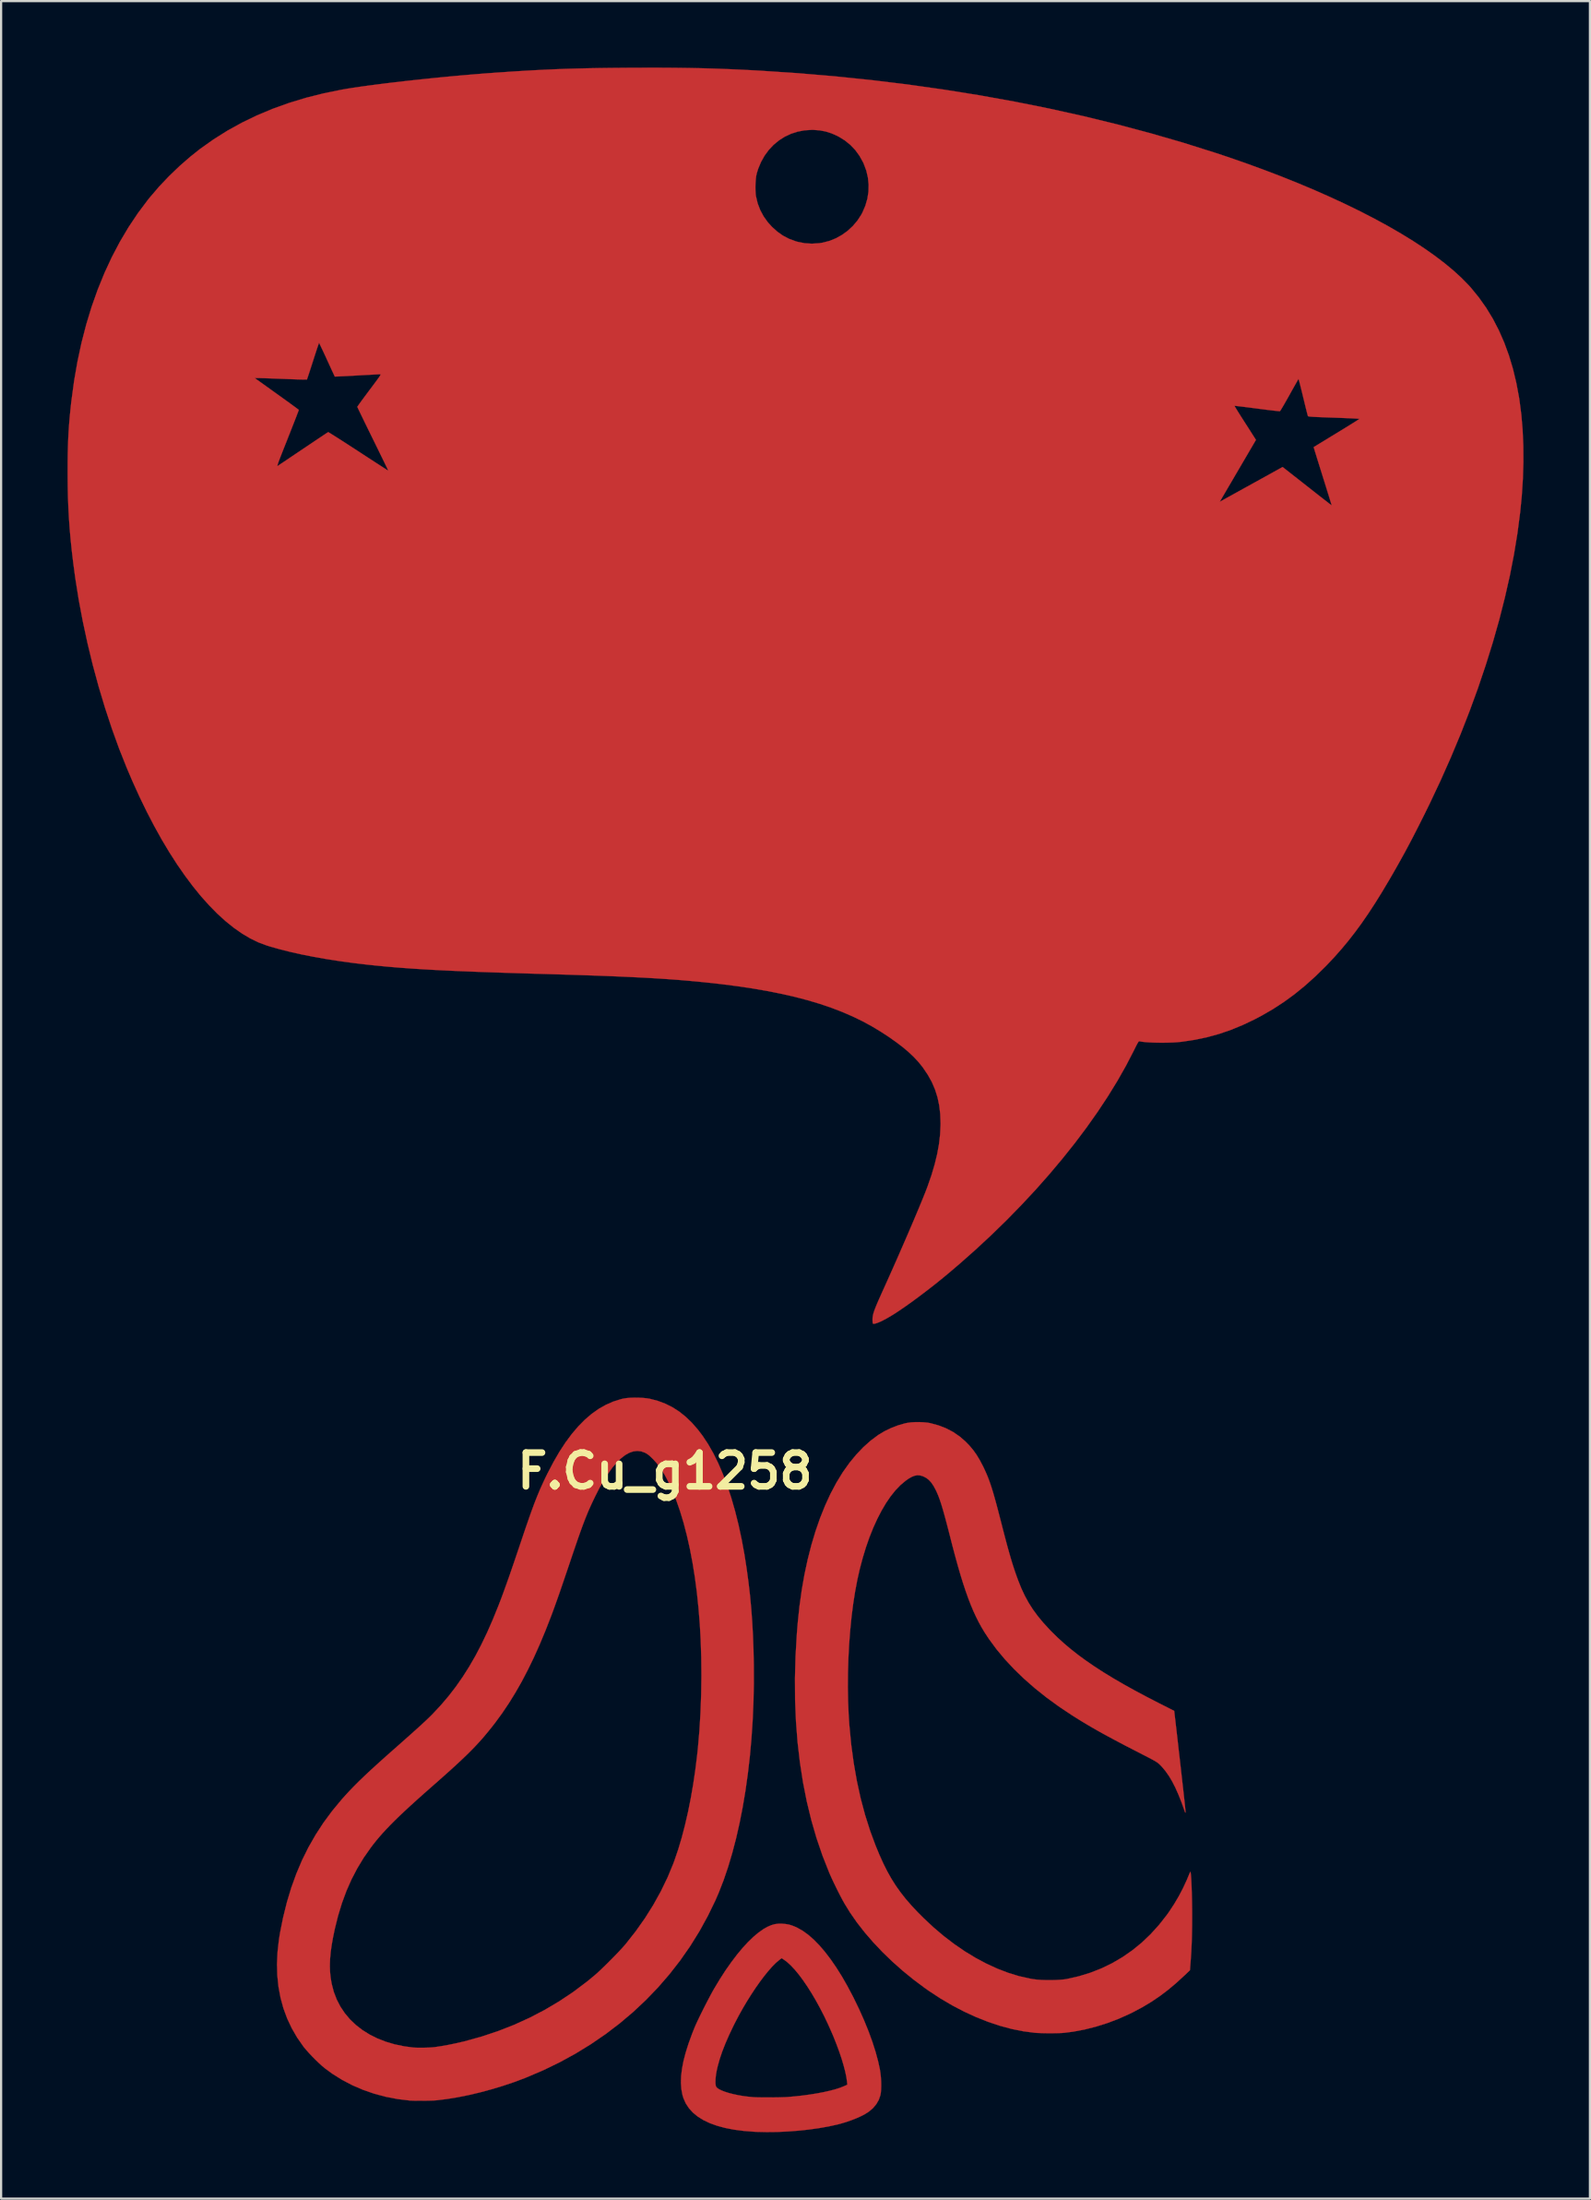
<source format=kicad_pcb>
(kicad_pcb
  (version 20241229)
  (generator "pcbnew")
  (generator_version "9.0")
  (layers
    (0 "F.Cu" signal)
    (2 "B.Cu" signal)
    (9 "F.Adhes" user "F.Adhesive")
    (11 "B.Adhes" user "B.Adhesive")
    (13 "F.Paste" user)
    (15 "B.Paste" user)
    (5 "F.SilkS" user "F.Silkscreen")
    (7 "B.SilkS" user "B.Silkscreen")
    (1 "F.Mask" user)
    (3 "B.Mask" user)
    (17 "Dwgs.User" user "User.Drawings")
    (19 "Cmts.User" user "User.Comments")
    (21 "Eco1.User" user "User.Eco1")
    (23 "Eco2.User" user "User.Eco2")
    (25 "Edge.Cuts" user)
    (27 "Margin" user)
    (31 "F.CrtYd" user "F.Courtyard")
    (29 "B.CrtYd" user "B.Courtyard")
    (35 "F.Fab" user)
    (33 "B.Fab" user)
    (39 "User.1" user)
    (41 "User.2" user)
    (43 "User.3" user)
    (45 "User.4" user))
  (footprint "F.Cu_g1258"
    (layer "F.Cu")
    (at 26.98 63.354)
    (property "Reference" "F.Cu_g1258" (at 0 0 0) (layer "F.SilkS") (effects (font (size 1.524 1.524) (thickness 0.3))))
    (attr through_hole)
    (fp_poly (pts (xy 5.302 20.433) (xy 5.459 20.447) (xy 5.596 20.47) (xy 5.729 20.509) (xy 5.871 20.565) (xy 5.984 20.617) (xy 6.228 20.755) (xy 6.475 20.934) (xy 6.726 21.153) (xy 6.979 21.412) (xy 7.233 21.709) (xy 7.488 22.043) (xy 7.743 22.413) (xy 7.997 22.818) (xy 8.249 23.259) (xy 8.499 23.732) (xy 8.518 23.77) (xy 8.768 24.285) (xy 8.994 24.791) (xy 9.194 25.283) (xy 9.368 25.759) (xy 9.514 26.216) (xy 9.631 26.65) (xy 9.707 26.998) (xy 9.734 27.171) (xy 9.754 27.358) (xy 9.766 27.551) (xy 9.769 27.739) (xy 9.764 27.914) (xy 9.751 28.066) (xy 9.731 28.178) (xy 9.657 28.389) (xy 9.545 28.582) (xy 9.395 28.758) (xy 9.207 28.918) (xy 9.194 28.927) (xy 9.046 29.021) (xy 8.863 29.117) (xy 8.652 29.212) (xy 8.42 29.303) (xy 8.176 29.387) (xy 7.926 29.461) (xy 7.8 29.494) (xy 7.397 29.583) (xy 6.962 29.66) (xy 6.502 29.724) (xy 6.027 29.775) (xy 5.545 29.811) (xy 5.065 29.833) (xy 4.594 29.838) (xy 4.14 29.828) (xy 4.027 29.822) (xy 3.555 29.785) (xy 3.119 29.728) (xy 2.719 29.65) (xy 2.355 29.552) (xy 2.028 29.434) (xy 1.737 29.296) (xy 1.483 29.138) (xy 1.266 28.959) (xy 1.086 28.761) (xy 0.942 28.543) (xy 0.837 28.305) (xy 0.793 28.16) (xy 0.744 27.9) (xy 0.724 27.618) (xy 0.727 27.518) (xy 2.283 27.518) (xy 2.284 27.64) (xy 2.295 27.735) (xy 2.311 27.784) (xy 2.36 27.843) (xy 2.447 27.904) (xy 2.568 27.963) (xy 2.719 28.021) (xy 2.894 28.076) (xy 3.091 28.126) (xy 3.303 28.171) (xy 3.528 28.21) (xy 3.761 28.24) (xy 3.998 28.262) (xy 4.032 28.264) (xy 4.132 28.269) (xy 4.265 28.272) (xy 4.424 28.274) (xy 4.599 28.275) (xy 4.782 28.274) (xy 4.965 28.273) (xy 5.139 28.27) (xy 5.296 28.266) (xy 5.427 28.262) (xy 5.514 28.257) (xy 5.866 28.227) (xy 6.213 28.189) (xy 6.549 28.143) (xy 6.87 28.092) (xy 7.172 28.034) (xy 7.449 27.972) (xy 7.698 27.906) (xy 7.913 27.837) (xy 8.091 27.766) (xy 8.093 27.765) (xy 8.239 27.699) (xy 8.225 27.56) (xy 8.194 27.345) (xy 8.142 27.098) (xy 8.07 26.824) (xy 7.981 26.525) (xy 7.874 26.207) (xy 7.751 25.874) (xy 7.614 25.529) (xy 7.541 25.358) (xy 7.371 24.975) (xy 7.193 24.602) (xy 7.008 24.242) (xy 6.819 23.898) (xy 6.628 23.573) (xy 6.435 23.268) (xy 6.243 22.988) (xy 6.055 22.735) (xy 5.871 22.512) (xy 5.693 22.322) (xy 5.524 22.166) (xy 5.388 22.064) (xy 5.271 21.987) (xy 5.16 22.073) (xy 5.007 22.204) (xy 4.842 22.371) (xy 4.666 22.571) (xy 4.481 22.799) (xy 4.291 23.052) (xy 4.097 23.327) (xy 3.903 23.62) (xy 3.71 23.927) (xy 3.521 24.245) (xy 3.339 24.571) (xy 3.166 24.901) (xy 3.101 25.03) (xy 2.902 25.448) (xy 2.731 25.839) (xy 2.588 26.205) (xy 2.472 26.549) (xy 2.382 26.874) (xy 2.339 27.062) (xy 2.311 27.221) (xy 2.292 27.375) (xy 2.283 27.518) (xy 0.727 27.518) (xy 0.733 27.313) (xy 0.772 26.984) (xy 0.84 26.63) (xy 0.939 26.25) (xy 1.067 25.844) (xy 1.225 25.409) (xy 1.334 25.135) (xy 1.389 25.007) (xy 1.461 24.85) (xy 1.547 24.669) (xy 1.643 24.472) (xy 1.746 24.266) (xy 1.851 24.059) (xy 1.957 23.856) (xy 2.058 23.666) (xy 2.151 23.494) (xy 2.233 23.349) (xy 2.235 23.347) (xy 2.488 22.927) (xy 2.743 22.533) (xy 2.999 22.169) (xy 3.252 21.835) (xy 3.503 21.533) (xy 3.75 21.264) (xy 3.992 21.03) (xy 4.227 20.833) (xy 4.453 20.674) (xy 4.628 20.575) (xy 4.802 20.499) (xy 4.965 20.452) (xy 5.133 20.432) (xy 5.302 20.433)) (stroke (width 0.01) (type solid)) (fill yes) (layer "F.Cu"))
    (fp_poly (pts (xy 11.688 -2.202) (xy 11.871 -2.184) (xy 11.986 -2.163) (xy 12.355 -2.063) (xy 12.697 -1.931) (xy 13.015 -1.765) (xy 13.308 -1.565) (xy 13.562 -1.347) (xy 13.75 -1.155) (xy 13.918 -0.956) (xy 14.072 -0.741) (xy 14.217 -0.502) (xy 14.359 -0.232) (xy 14.395 -0.159) (xy 14.463 -0.014) (xy 14.526 0.128) (xy 14.586 0.272) (xy 14.643 0.422) (xy 14.7 0.582) (xy 14.757 0.756) (xy 14.817 0.948) (xy 14.879 1.163) (xy 14.946 1.404) (xy 15.019 1.675) (xy 15.098 1.98) (xy 15.158 2.212) (xy 15.25 2.571) (xy 15.334 2.893) (xy 15.41 3.182) (xy 15.48 3.442) (xy 15.546 3.677) (xy 15.607 3.89) (xy 15.666 4.087) (xy 15.723 4.27) (xy 15.78 4.444) (xy 15.838 4.614) (xy 15.898 4.782) (xy 15.953 4.932) (xy 16.097 5.292) (xy 16.253 5.626) (xy 16.426 5.942) (xy 16.62 6.246) (xy 16.839 6.545) (xy 17.088 6.845) (xy 17.37 7.152) (xy 17.451 7.236) (xy 17.726 7.507) (xy 18.017 7.772) (xy 18.328 8.035) (xy 18.66 8.296) (xy 19.016 8.556) (xy 19.397 8.818) (xy 19.805 9.082) (xy 20.244 9.35) (xy 20.714 9.623) (xy 21.218 9.903) (xy 21.759 10.191) (xy 22.338 10.489) (xy 22.426 10.534) (xy 22.569 10.606) (xy 22.699 10.671) (xy 22.811 10.728) (xy 22.902 10.774) (xy 22.966 10.806) (xy 22.998 10.823) (xy 23.001 10.824) (xy 23.004 10.845) (xy 23.011 10.905) (xy 23.022 10.999) (xy 23.037 11.126) (xy 23.055 11.28) (xy 23.076 11.46) (xy 23.099 11.66) (xy 23.124 11.879) (xy 23.151 12.112) (xy 23.179 12.357) (xy 23.207 12.609) (xy 23.237 12.864) (xy 23.266 13.121) (xy 23.295 13.375) (xy 23.323 13.623) (xy 23.35 13.861) (xy 23.375 14.085) (xy 23.399 14.294) (xy 23.42 14.482) (xy 23.438 14.647) (xy 23.454 14.785) (xy 23.463 14.868) (xy 23.483 15.049) (xy 23.497 15.191) (xy 23.507 15.296) (xy 23.512 15.367) (xy 23.512 15.408) (xy 23.507 15.42) (xy 23.497 15.408) (xy 23.483 15.373) (xy 23.469 15.335) (xy 23.331 14.947) (xy 23.192 14.599) (xy 23.053 14.287) (xy 22.911 14.01) (xy 22.765 13.765) (xy 22.614 13.55) (xy 22.457 13.36) (xy 22.382 13.282) (xy 22.34 13.24) (xy 22.3 13.203) (xy 22.257 13.169) (xy 22.208 13.135) (xy 22.147 13.097) (xy 22.07 13.053) (xy 21.971 12.999) (xy 21.847 12.934) (xy 21.692 12.854) (xy 21.599 12.807) (xy 21.216 12.61) (xy 20.867 12.43) (xy 20.549 12.263) (xy 20.258 12.109) (xy 19.991 11.965) (xy 19.743 11.83) (xy 19.511 11.7) (xy 19.291 11.574) (xy 19.08 11.45) (xy 18.873 11.326) (xy 18.668 11.2) (xy 18.46 11.07) (xy 18.362 11.007) (xy 17.778 10.617) (xy 17.225 10.214) (xy 16.705 9.799) (xy 16.219 9.373) (xy 15.768 8.937) (xy 15.354 8.494) (xy 14.978 8.044) (xy 14.642 7.588) (xy 14.437 7.277) (xy 14.303 7.054) (xy 14.175 6.822) (xy 14.052 6.577) (xy 13.932 6.317) (xy 13.815 6.039) (xy 13.7 5.741) (xy 13.585 5.418) (xy 13.469 5.069) (xy 13.352 4.691) (xy 13.233 4.281) (xy 13.11 3.837) (xy 12.982 3.354) (xy 12.912 3.08) (xy 12.827 2.746) (xy 12.75 2.45) (xy 12.681 2.188) (xy 12.618 1.958) (xy 12.561 1.756) (xy 12.508 1.579) (xy 12.459 1.423) (xy 12.412 1.285) (xy 12.367 1.162) (xy 12.322 1.051) (xy 12.277 0.948) (xy 12.234 0.857) (xy 12.132 0.668) (xy 12.028 0.516) (xy 11.918 0.397) (xy 11.798 0.306) (xy 11.662 0.237) (xy 11.647 0.231) (xy 11.525 0.196) (xy 11.405 0.188) (xy 11.282 0.209) (xy 11.151 0.26) (xy 11.005 0.343) (xy 10.865 0.442) (xy 10.637 0.634) (xy 10.413 0.867) (xy 10.196 1.137) (xy 9.986 1.444) (xy 9.785 1.785) (xy 9.592 2.157) (xy 9.409 2.559) (xy 9.237 2.989) (xy 9.078 3.445) (xy 8.932 3.925) (xy 8.799 4.426) (xy 8.691 4.903) (xy 8.591 5.432) (xy 8.503 5.995) (xy 8.428 6.586) (xy 8.367 7.199) (xy 8.319 7.829) (xy 8.286 8.468) (xy 8.267 9.112) (xy 8.262 9.753) (xy 8.273 10.386) (xy 8.299 11.005) (xy 8.33 11.472) (xy 8.414 12.341) (xy 8.527 13.18) (xy 8.669 13.99) (xy 8.84 14.771) (xy 9.041 15.524) (xy 9.272 16.25) (xy 9.514 16.902) (xy 9.688 17.323) (xy 9.862 17.708) (xy 10.04 18.063) (xy 10.226 18.395) (xy 10.425 18.71) (xy 10.64 19.013) (xy 10.875 19.312) (xy 11.136 19.612) (xy 11.424 19.919) (xy 11.677 20.172) (xy 12.13 20.596) (xy 12.594 20.99) (xy 13.069 21.352) (xy 13.55 21.682) (xy 14.037 21.977) (xy 14.527 22.238) (xy 15.018 22.463) (xy 15.507 22.65) (xy 15.993 22.799) (xy 16.474 22.907) (xy 16.648 22.937) (xy 16.814 22.957) (xy 17.008 22.971) (xy 17.219 22.978) (xy 17.438 22.979) (xy 17.652 22.974) (xy 17.854 22.963) (xy 18.032 22.946) (xy 18.15 22.928) (xy 18.694 22.805) (xy 19.218 22.644) (xy 19.723 22.446) (xy 20.208 22.21) (xy 20.672 21.938) (xy 21.115 21.63) (xy 21.537 21.286) (xy 21.936 20.906) (xy 22.313 20.49) (xy 22.667 20.04) (xy 22.769 19.897) (xy 22.997 19.551) (xy 23.212 19.187) (xy 23.406 18.816) (xy 23.574 18.452) (xy 23.611 18.362) (xy 23.651 18.265) (xy 23.686 18.183) (xy 23.713 18.122) (xy 23.728 18.092) (xy 23.729 18.091) (xy 23.738 18.1) (xy 23.748 18.149) (xy 23.757 18.232) (xy 23.766 18.347) (xy 23.775 18.491) (xy 23.783 18.658) (xy 23.79 18.847) (xy 23.797 19.052) (xy 23.802 19.271) (xy 23.807 19.501) (xy 23.81 19.737) (xy 23.812 19.975) (xy 23.812 20.108) (xy 23.81 20.537) (xy 23.803 20.932) (xy 23.792 21.304) (xy 23.775 21.661) (xy 23.753 22.012) (xy 23.74 22.183) (xy 23.713 22.532) (xy 23.472 22.762) (xy 23.096 23.106) (xy 22.727 23.416) (xy 22.357 23.696) (xy 21.979 23.952) (xy 21.584 24.19) (xy 21.166 24.414) (xy 20.993 24.499) (xy 20.497 24.722) (xy 19.986 24.916) (xy 19.468 25.079) (xy 18.949 25.21) (xy 18.436 25.306) (xy 18.037 25.357) (xy 17.929 25.365) (xy 17.788 25.37) (xy 17.623 25.374) (xy 17.445 25.375) (xy 17.261 25.375) (xy 17.083 25.372) (xy 16.919 25.367) (xy 16.779 25.361) (xy 16.701 25.355) (xy 16.189 25.288) (xy 15.666 25.184) (xy 15.134 25.041) (xy 14.597 24.862) (xy 14.056 24.648) (xy 13.515 24.4) (xy 12.976 24.118) (xy 12.443 23.805) (xy 11.917 23.46) (xy 11.748 23.341) (xy 11.234 22.958) (xy 10.741 22.557) (xy 10.271 22.14) (xy 9.827 21.711) (xy 9.411 21.272) (xy 9.026 20.827) (xy 8.675 20.378) (xy 8.362 19.928) (xy 8.107 19.514) (xy 8.025 19.366) (xy 7.931 19.189) (xy 7.83 18.992) (xy 7.727 18.784) (xy 7.626 18.577) (xy 7.533 18.378) (xy 7.452 18.198) (xy 7.419 18.12) (xy 7.117 17.356) (xy 6.848 16.566) (xy 6.611 15.749) (xy 6.407 14.907) (xy 6.236 14.04) (xy 6.098 13.149) (xy 5.992 12.235) (xy 5.92 11.297) (xy 5.88 10.337) (xy 5.874 9.355) (xy 5.901 8.352) (xy 5.961 7.328) (xy 6.002 6.826) (xy 6.08 6.087) (xy 6.181 5.366) (xy 6.304 4.667) (xy 6.449 3.992) (xy 6.615 3.341) (xy 6.802 2.718) (xy 7.008 2.123) (xy 7.234 1.56) (xy 7.478 1.029) (xy 7.741 0.533) (xy 8.021 0.074) (xy 8.049 0.032) (xy 8.336 -0.371) (xy 8.639 -0.739) (xy 8.954 -1.07) (xy 9.281 -1.364) (xy 9.619 -1.617) (xy 9.652 -1.64) (xy 9.925 -1.803) (xy 10.223 -1.946) (xy 10.533 -2.065) (xy 10.842 -2.153) (xy 10.933 -2.172) (xy 11.097 -2.196) (xy 11.286 -2.209) (xy 11.488 -2.211) (xy 11.688 -2.202)) (stroke (width 0.01) (type solid)) (fill yes) (layer "F.Cu"))
    (fp_poly (pts (xy -1.184 -3.312) (xy -0.995 -3.303) (xy -0.823 -3.286) (xy -0.677 -3.262) (xy -0.319 -3.168) (xy 0.02 -3.041) (xy 0.341 -2.881) (xy 0.646 -2.685) (xy 0.938 -2.452) (xy 1.219 -2.182) (xy 1.489 -1.872) (xy 1.702 -1.593) (xy 1.949 -1.22) (xy 2.185 -0.807) (xy 2.408 -0.357) (xy 2.618 0.132) (xy 2.816 0.656) (xy 3 1.215) (xy 3.17 1.808) (xy 3.326 2.433) (xy 3.467 3.09) (xy 3.594 3.777) (xy 3.692 4.407) (xy 3.773 5.006) (xy 3.842 5.6) (xy 3.898 6.196) (xy 3.943 6.802) (xy 3.977 7.426) (xy 4.001 8.075) (xy 4.015 8.752) (xy 4.017 9.598) (xy 3.999 10.436) (xy 3.963 11.264) (xy 3.908 12.079) (xy 3.836 12.88) (xy 3.745 13.663) (xy 3.638 14.427) (xy 3.513 15.169) (xy 3.372 15.886) (xy 3.215 16.577) (xy 3.042 17.239) (xy 2.854 17.87) (xy 2.651 18.467) (xy 2.433 19.027) (xy 2.286 19.367) (xy 1.938 20.083) (xy 1.556 20.777) (xy 1.139 21.447) (xy 0.688 22.093) (xy 0.204 22.714) (xy -0.312 23.309) (xy -0.859 23.877) (xy -1.436 24.418) (xy -2.043 24.931) (xy -2.679 25.415) (xy -3.342 25.869) (xy -4.032 26.293) (xy -4.749 26.685) (xy -5.491 27.045) (xy -6.257 27.372) (xy -6.329 27.401) (xy -6.816 27.583) (xy -7.319 27.752) (xy -7.832 27.906) (xy -8.346 28.045) (xy -8.855 28.165) (xy -9.353 28.265) (xy -9.831 28.344) (xy -10.283 28.4) (xy -10.34 28.405) (xy -10.43 28.411) (xy -10.553 28.416) (xy -10.698 28.42) (xy -10.857 28.422) (xy -11.02 28.423) (xy -11.178 28.423) (xy -11.322 28.421) (xy -11.441 28.417) (xy -11.525 28.413) (xy -12.073 28.347) (xy -12.608 28.244) (xy -13.129 28.105) (xy -13.633 27.931) (xy -14.117 27.723) (xy -14.579 27.481) (xy -15.017 27.207) (xy -15.367 26.95) (xy -15.489 26.848) (xy -15.628 26.721) (xy -15.777 26.578) (xy -15.927 26.427) (xy -16.069 26.276) (xy -16.197 26.133) (xy -16.302 26.007) (xy -16.322 25.982) (xy -16.607 25.574) (xy -16.853 25.149) (xy -17.061 24.707) (xy -17.23 24.248) (xy -17.36 23.772) (xy -17.452 23.279) (xy -17.505 22.769) (xy -17.517 22.315) (xy -15.133 22.315) (xy -15.125 22.584) (xy -15.1 22.844) (xy -15.058 23.101) (xy -15.048 23.152) (xy -14.953 23.514) (xy -14.821 23.856) (xy -14.654 24.178) (xy -14.453 24.477) (xy -14.219 24.754) (xy -13.953 25.007) (xy -13.658 25.235) (xy -13.333 25.437) (xy -12.981 25.613) (xy -12.603 25.76) (xy -12.2 25.879) (xy -11.773 25.967) (xy -11.367 26.021) (xy -11.255 26.028) (xy -11.114 26.031) (xy -10.954 26.031) (xy -10.789 26.028) (xy -10.631 26.022) (xy -10.49 26.012) (xy -10.399 26.003) (xy -10.11 25.96) (xy -9.793 25.904) (xy -9.461 25.836) (xy -9.125 25.759) (xy -9.049 25.741) (xy -8.284 25.529) (xy -7.538 25.281) (xy -6.812 24.997) (xy -6.108 24.677) (xy -5.425 24.321) (xy -4.765 23.93) (xy -4.129 23.505) (xy -3.518 23.045) (xy -3.173 22.761) (xy -3.059 22.661) (xy -2.923 22.535) (xy -2.772 22.391) (xy -2.61 22.233) (xy -2.445 22.067) (xy -2.281 21.901) (xy -2.125 21.739) (xy -1.983 21.588) (xy -1.861 21.453) (xy -1.769 21.347) (xy -1.319 20.776) (xy -0.904 20.189) (xy -0.525 19.587) (xy -0.184 18.972) (xy 0.119 18.348) (xy 0.381 17.716) (xy 0.434 17.571) (xy 0.602 17.077) (xy 0.761 16.545) (xy 0.908 15.981) (xy 1.045 15.386) (xy 1.169 14.766) (xy 1.28 14.124) (xy 1.377 13.465) (xy 1.46 12.791) (xy 1.491 12.499) (xy 1.559 11.715) (xy 1.608 10.903) (xy 1.638 10.075) (xy 1.65 9.24) (xy 1.642 8.409) (xy 1.615 7.594) (xy 1.576 6.9) (xy 1.517 6.174) (xy 1.443 5.47) (xy 1.353 4.79) (xy 1.248 4.135) (xy 1.128 3.508) (xy 0.994 2.911) (xy 0.847 2.345) (xy 0.686 1.812) (xy 0.512 1.314) (xy 0.326 0.853) (xy 0.139 0.454) (xy 0.008 0.205) (xy -0.119 -0.01) (xy -0.246 -0.198) (xy -0.379 -0.367) (xy -0.522 -0.525) (xy -0.539 -0.542) (xy -0.641 -0.642) (xy -0.725 -0.716) (xy -0.799 -0.771) (xy -0.873 -0.814) (xy -0.899 -0.828) (xy -1.071 -0.89) (xy -1.248 -0.909) (xy -1.427 -0.888) (xy -1.61 -0.825) (xy -1.795 -0.721) (xy -1.983 -0.576) (xy -2.173 -0.39) (xy -2.366 -0.165) (xy -2.559 0.101) (xy -2.754 0.407) (xy -2.951 0.752) (xy -3.147 1.136) (xy -3.166 1.175) (xy -3.247 1.344) (xy -3.323 1.506) (xy -3.395 1.665) (xy -3.465 1.825) (xy -3.533 1.99) (xy -3.603 2.163) (xy -3.674 2.348) (xy -3.749 2.55) (xy -3.829 2.771) (xy -3.916 3.017) (xy -4.01 3.29) (xy -4.114 3.594) (xy -4.229 3.933) (xy -4.269 4.053) (xy -4.412 4.476) (xy -4.543 4.861) (xy -4.662 5.21) (xy -4.771 5.526) (xy -4.871 5.811) (xy -4.963 6.067) (xy -5.046 6.297) (xy -5.123 6.504) (xy -5.135 6.536) (xy -5.395 7.202) (xy -5.656 7.828) (xy -5.921 8.418) (xy -6.191 8.974) (xy -6.466 9.5) (xy -6.75 9.998) (xy -7.043 10.472) (xy -7.347 10.924) (xy -7.664 11.357) (xy -7.828 11.568) (xy -7.966 11.739) (xy -8.101 11.902) (xy -8.236 12.061) (xy -8.375 12.217) (xy -8.519 12.373) (xy -8.671 12.532) (xy -8.834 12.697) (xy -9.011 12.87) (xy -9.205 13.054) (xy -9.417 13.251) (xy -9.651 13.465) (xy -9.91 13.697) (xy -10.195 13.951) (xy -10.51 14.228) (xy -10.541 14.255) (xy -10.887 14.56) (xy -11.202 14.842) (xy -11.489 15.101) (xy -11.749 15.342) (xy -11.986 15.565) (xy -12.201 15.774) (xy -12.397 15.971) (xy -12.577 16.158) (xy -12.742 16.337) (xy -12.895 16.511) (xy -13.039 16.682) (xy -13.175 16.853) (xy -13.284 16.997) (xy -13.606 17.456) (xy -13.895 17.934) (xy -14.155 18.432) (xy -14.385 18.954) (xy -14.587 19.502) (xy -14.763 20.08) (xy -14.91 20.669) (xy -14.99 21.055) (xy -15.052 21.407) (xy -15.097 21.731) (xy -15.123 22.032) (xy -15.133 22.315) (xy -17.517 22.315) (xy -17.519 22.244) (xy -17.494 21.701) (xy -17.431 21.143) (xy -17.387 20.87) (xy -17.243 20.151) (xy -17.072 19.462) (xy -16.873 18.803) (xy -16.644 18.171) (xy -16.386 17.563) (xy -16.096 16.98) (xy -15.774 16.417) (xy -15.42 15.873) (xy -15.031 15.347) (xy -14.608 14.836) (xy -14.568 14.79) (xy -14.42 14.626) (xy -14.27 14.463) (xy -14.114 14.3) (xy -13.949 14.132) (xy -13.773 13.958) (xy -13.581 13.774) (xy -13.373 13.578) (xy -13.143 13.367) (xy -12.891 13.138) (xy -12.612 12.888) (xy -12.304 12.615) (xy -12.24 12.559) (xy -11.976 12.326) (xy -11.742 12.118) (xy -11.534 11.934) (xy -11.351 11.77) (xy -11.189 11.625) (xy -11.048 11.497) (xy -10.923 11.382) (xy -10.812 11.279) (xy -10.714 11.186) (xy -10.625 11.1) (xy -10.543 11.019) (xy -10.466 10.94) (xy -10.456 10.93) (xy -10.1 10.547) (xy -9.762 10.149) (xy -9.442 9.734) (xy -9.137 9.298) (xy -8.845 8.839) (xy -8.564 8.354) (xy -8.294 7.839) (xy -8.031 7.292) (xy -7.775 6.709) (xy -7.523 6.088) (xy -7.44 5.874) (xy -7.371 5.692) (xy -7.303 5.508) (xy -7.234 5.318) (xy -7.162 5.119) (xy -7.087 4.907) (xy -7.006 4.678) (xy -6.92 4.427) (xy -6.825 4.152) (xy -6.722 3.848) (xy -6.608 3.511) (xy -6.485 3.146) (xy -6.362 2.78) (xy -6.25 2.452) (xy -6.147 2.156) (xy -6.053 1.888) (xy -5.964 1.645) (xy -5.881 1.422) (xy -5.8 1.216) (xy -5.721 1.022) (xy -5.643 0.836) (xy -5.562 0.655) (xy -5.479 0.475) (xy -5.392 0.291) (xy -5.303 0.109) (xy -5.038 -0.398) (xy -4.768 -0.864) (xy -4.491 -1.288) (xy -4.207 -1.672) (xy -3.915 -2.015) (xy -3.616 -2.318) (xy -3.309 -2.581) (xy -2.994 -2.805) (xy -2.669 -2.989) (xy -2.336 -3.136) (xy -1.993 -3.244) (xy -1.863 -3.274) (xy -1.727 -3.295) (xy -1.561 -3.308) (xy -1.376 -3.314) (xy -1.184 -3.312)) (stroke (width 0.01) (type solid)) (fill yes) (layer "F.Cu"))
    (fp_poly (pts (xy 0.106 -63.347) (xy 0.619 -63.342) (xy 1.113 -63.335) (xy 1.592 -63.325) (xy 2.064 -63.313) (xy 2.533 -63.297) (xy 3.005 -63.278) (xy 3.487 -63.256) (xy 3.983 -63.231) (xy 4.286 -63.214) (xy 5.973 -63.103) (xy 7.649 -62.962) (xy 9.312 -62.791) (xy 10.96 -62.591) (xy 12.592 -62.361) (xy 14.206 -62.103) (xy 15.799 -61.816) (xy 17.37 -61.501) (xy 18.918 -61.158) (xy 20.44 -60.787) (xy 21.935 -60.389) (xy 23.401 -59.965) (xy 24.836 -59.513) (xy 25.347 -59.344) (xy 26.19 -59.053) (xy 27.011 -58.754) (xy 27.81 -58.45) (xy 28.586 -58.139) (xy 29.336 -57.824) (xy 30.061 -57.503) (xy 30.759 -57.179) (xy 31.428 -56.852) (xy 32.067 -56.522) (xy 32.676 -56.19) (xy 33.252 -55.857) (xy 33.796 -55.523) (xy 34.304 -55.189) (xy 34.778 -54.855) (xy 35.214 -54.523) (xy 35.612 -54.193) (xy 35.971 -53.865) (xy 36.29 -53.541) (xy 36.395 -53.425) (xy 36.758 -52.981) (xy 37.091 -52.512) (xy 37.393 -52.017) (xy 37.664 -51.494) (xy 37.906 -50.943) (xy 38.118 -50.364) (xy 38.301 -49.756) (xy 38.454 -49.118) (xy 38.579 -48.45) (xy 38.595 -48.345) (xy 38.68 -47.687) (xy 38.738 -47) (xy 38.769 -46.286) (xy 38.773 -45.549) (xy 38.75 -44.792) (xy 38.7 -44.018) (xy 38.627 -43.275) (xy 38.506 -42.344) (xy 38.35 -41.392) (xy 38.161 -40.421) (xy 37.937 -39.433) (xy 37.682 -38.43) (xy 37.394 -37.414) (xy 37.074 -36.388) (xy 36.725 -35.353) (xy 36.345 -34.312) (xy 35.936 -33.266) (xy 35.498 -32.218) (xy 35.032 -31.17) (xy 34.539 -30.125) (xy 34.287 -29.612) (xy 34.091 -29.222) (xy 33.909 -28.864) (xy 33.737 -28.53) (xy 33.57 -28.214) (xy 33.406 -27.909) (xy 33.239 -27.607) (xy 33.068 -27.301) (xy 32.887 -26.985) (xy 32.694 -26.652) (xy 32.685 -26.638) (xy 32.372 -26.113) (xy 32.068 -25.625) (xy 31.769 -25.168) (xy 31.474 -24.74) (xy 31.178 -24.336) (xy 30.879 -23.952) (xy 30.574 -23.584) (xy 30.259 -23.227) (xy 29.932 -22.878) (xy 29.845 -22.788) (xy 29.378 -22.33) (xy 28.909 -21.91) (xy 28.436 -21.525) (xy 27.953 -21.173) (xy 27.455 -20.849) (xy 26.939 -20.551) (xy 26.617 -20.382) (xy 26.085 -20.13) (xy 25.56 -19.915) (xy 25.035 -19.735) (xy 24.502 -19.588) (xy 23.955 -19.472) (xy 23.385 -19.385) (xy 23.305 -19.375) (xy 23.137 -19.359) (xy 22.947 -19.347) (xy 22.74 -19.34) (xy 22.525 -19.336) (xy 22.308 -19.337) (xy 22.096 -19.341) (xy 21.897 -19.35) (xy 21.717 -19.362) (xy 21.564 -19.378) (xy 21.446 -19.397) (xy 21.431 -19.401) (xy 21.415 -19.399) (xy 21.397 -19.386) (xy 21.374 -19.356) (xy 21.344 -19.306) (xy 21.303 -19.231) (xy 21.25 -19.126) (xy 21.181 -18.987) (xy 21.173 -18.971) (xy 20.823 -18.295) (xy 20.434 -17.61) (xy 20.008 -16.917) (xy 19.545 -16.218) (xy 19.049 -15.516) (xy 18.52 -14.812) (xy 17.959 -14.109) (xy 17.369 -13.407) (xy 16.752 -12.709) (xy 16.108 -12.018) (xy 15.44 -11.334) (xy 14.749 -10.661) (xy 14.036 -9.999) (xy 13.304 -9.351) (xy 12.768 -8.896) (xy 12.458 -8.641) (xy 12.141 -8.387) (xy 11.82 -8.138) (xy 11.502 -7.897) (xy 11.193 -7.668) (xy 10.897 -7.457) (xy 10.62 -7.266) (xy 10.369 -7.101) (xy 10.364 -7.098) (xy 10.186 -6.988) (xy 10.017 -6.891) (xy 9.86 -6.807) (xy 9.719 -6.739) (xy 9.598 -6.689) (xy 9.501 -6.658) (xy 9.431 -6.647) (xy 9.393 -6.658) (xy 9.385 -6.686) (xy 9.379 -6.744) (xy 9.377 -6.82) (xy 9.377 -6.825) (xy 9.378 -6.892) (xy 9.384 -6.959) (xy 9.396 -7.029) (xy 9.414 -7.107) (xy 9.441 -7.195) (xy 9.477 -7.297) (xy 9.525 -7.418) (xy 9.584 -7.562) (xy 9.658 -7.731) (xy 9.747 -7.931) (xy 9.852 -8.164) (xy 9.874 -8.213) (xy 10.026 -8.549) (xy 10.181 -8.895) (xy 10.338 -9.248) (xy 10.496 -9.605) (xy 10.652 -9.962) (xy 10.806 -10.315) (xy 10.956 -10.661) (xy 11.101 -10.998) (xy 11.239 -11.321) (xy 11.368 -11.627) (xy 11.488 -11.913) (xy 11.596 -12.175) (xy 11.692 -12.41) (xy 11.774 -12.614) (xy 11.839 -12.785) (xy 11.859 -12.838) (xy 12.038 -13.352) (xy 12.184 -13.843) (xy 12.298 -14.313) (xy 12.38 -14.765) (xy 12.43 -15.2) (xy 12.45 -15.622) (xy 12.451 -15.695) (xy 12.436 -16.113) (xy 12.39 -16.504) (xy 12.312 -16.872) (xy 12.201 -17.223) (xy 12.056 -17.561) (xy 11.874 -17.888) (xy 11.655 -18.211) (xy 11.622 -18.256) (xy 11.441 -18.478) (xy 11.235 -18.698) (xy 11.003 -18.917) (xy 10.74 -19.139) (xy 10.444 -19.364) (xy 10.113 -19.597) (xy 9.774 -19.819) (xy 9.362 -20.068) (xy 8.932 -20.302) (xy 8.482 -20.52) (xy 8.011 -20.724) (xy 7.516 -20.914) (xy 6.997 -21.09) (xy 6.45 -21.253) (xy 5.875 -21.404) (xy 5.269 -21.542) (xy 4.631 -21.669) (xy 3.959 -21.785) (xy 3.25 -21.89) (xy 2.504 -21.986) (xy 1.778 -22.065) (xy 1.466 -22.096) (xy 1.152 -22.125) (xy 0.833 -22.153) (xy 0.505 -22.179) (xy 0.168 -22.203) (xy -0.183 -22.227) (xy -0.549 -22.249) (xy -0.932 -22.271) (xy -1.337 -22.291) (xy -1.764 -22.311) (xy -2.216 -22.331) (xy -2.697 -22.35) (xy -3.208 -22.369) (xy -3.753 -22.387) (xy -4.333 -22.406) (xy -4.951 -22.425) (xy -5.366 -22.437) (xy -6.029 -22.456) (xy -6.653 -22.475) (xy -7.239 -22.494) (xy -7.789 -22.512) (xy -8.306 -22.53) (xy -8.792 -22.549) (xy -9.249 -22.567) (xy -9.679 -22.586) (xy -10.086 -22.605) (xy -10.47 -22.625) (xy -10.834 -22.646) (xy -11.181 -22.667) (xy -11.513 -22.689) (xy -11.831 -22.712) (xy -12.139 -22.736) (xy -12.438 -22.761) (xy -12.731 -22.788) (xy -13.02 -22.816) (xy -13.308 -22.846) (xy -13.451 -22.861) (xy -14.079 -22.935) (xy -14.691 -23.019) (xy -15.283 -23.111) (xy -15.852 -23.211) (xy -16.395 -23.318) (xy -16.907 -23.432) (xy -17.385 -23.552) (xy -17.827 -23.677) (xy -17.998 -23.73) (xy -18.365 -23.868) (xy -18.734 -24.048) (xy -19.104 -24.268) (xy -19.474 -24.527) (xy -19.845 -24.826) (xy -20.215 -25.162) (xy -20.583 -25.536) (xy -20.95 -25.946) (xy -21.313 -26.391) (xy -21.673 -26.872) (xy -22.03 -27.386) (xy -22.381 -27.932) (xy -22.727 -28.511) (xy -23.067 -29.122) (xy -23.4 -29.762) (xy -23.726 -30.433) (xy -24.044 -31.132) (xy -24.299 -31.729) (xy -24.648 -32.606) (xy -24.977 -33.515) (xy -25.286 -34.452) (xy -25.574 -35.41) (xy -25.838 -36.384) (xy -26.077 -37.368) (xy -26.29 -38.356) (xy -26.476 -39.342) (xy -26.632 -40.322) (xy -26.721 -40.989) (xy -26.785 -41.525) (xy -26.838 -42.031) (xy -26.881 -42.515) (xy -26.915 -42.99) (xy -26.941 -43.464) (xy -26.952 -43.753) (xy 25.058 -43.753) (xy 25.51 -44.003) (xy 25.621 -44.064) (xy 25.763 -44.143) (xy 25.931 -44.235) (xy 26.117 -44.339) (xy 26.317 -44.449) (xy 26.525 -44.564) (xy 26.734 -44.679) (xy 26.929 -44.787) (xy 27.898 -45.323) (xy 28.009 -45.237) (xy 28.046 -45.208) (xy 28.112 -45.156) (xy 28.206 -45.082) (xy 28.322 -44.991) (xy 28.459 -44.884) (xy 28.612 -44.763) (xy 28.779 -44.633) (xy 28.955 -44.494) (xy 29.115 -44.369) (xy 29.293 -44.228) (xy 29.462 -44.096) (xy 29.617 -43.975) (xy 29.757 -43.866) (xy 29.878 -43.772) (xy 29.977 -43.695) (xy 30.051 -43.638) (xy 30.098 -43.603) (xy 30.114 -43.591) (xy 30.109 -43.612) (xy 30.092 -43.669) (xy 30.064 -43.76) (xy 30.027 -43.881) (xy 29.982 -44.029) (xy 29.928 -44.201) (xy 29.869 -44.393) (xy 29.804 -44.602) (xy 29.734 -44.824) (xy 29.708 -44.906) (xy 29.638 -45.132) (xy 29.571 -45.346) (xy 29.509 -45.544) (xy 29.453 -45.723) (xy 29.405 -45.88) (xy 29.364 -46.012) (xy 29.333 -46.114) (xy 29.312 -46.183) (xy 29.302 -46.217) (xy 29.301 -46.22) (xy 29.32 -46.231) (xy 29.371 -46.263) (xy 29.452 -46.312) (xy 29.559 -46.378) (xy 29.69 -46.457) (xy 29.841 -46.549) (xy 30.008 -46.652) (xy 30.189 -46.762) (xy 30.337 -46.852) (xy 30.527 -46.968) (xy 30.705 -47.077) (xy 30.869 -47.178) (xy 31.015 -47.269) (xy 31.14 -47.347) (xy 31.241 -47.411) (xy 31.315 -47.459) (xy 31.358 -47.488) (xy 31.369 -47.496) (xy 31.348 -47.5) (xy 31.289 -47.504) (xy 31.196 -47.51) (xy 31.071 -47.517) (xy 30.92 -47.524) (xy 30.745 -47.531) (xy 30.551 -47.539) (xy 30.342 -47.547) (xy 30.214 -47.551) (xy 29.96 -47.56) (xy 29.745 -47.568) (xy 29.566 -47.575) (xy 29.42 -47.581) (xy 29.303 -47.587) (xy 29.213 -47.593) (xy 29.145 -47.598) (xy 29.098 -47.604) (xy 29.066 -47.61) (xy 29.049 -47.617) (xy 29.042 -47.624) (xy 29.033 -47.651) (xy 29.016 -47.715) (xy 28.991 -47.811) (xy 28.96 -47.934) (xy 28.924 -48.08) (xy 28.884 -48.244) (xy 28.841 -48.422) (xy 28.827 -48.477) (xy 28.784 -48.656) (xy 28.743 -48.822) (xy 28.706 -48.97) (xy 28.674 -49.095) (xy 28.649 -49.194) (xy 28.63 -49.262) (xy 28.62 -49.295) (xy 28.618 -49.297) (xy 28.606 -49.279) (xy 28.575 -49.228) (xy 28.529 -49.148) (xy 28.468 -49.042) (xy 28.397 -48.916) (xy 28.316 -48.772) (xy 28.229 -48.615) (xy 28.207 -48.575) (xy 28.117 -48.415) (xy 28.033 -48.267) (xy 27.957 -48.134) (xy 27.891 -48.022) (xy 27.838 -47.933) (xy 27.8 -47.873) (xy 27.779 -47.844) (xy 27.777 -47.843) (xy 27.75 -47.843) (xy 27.686 -47.848) (xy 27.588 -47.859) (xy 27.461 -47.873) (xy 27.309 -47.891) (xy 27.136 -47.912) (xy 26.947 -47.936) (xy 26.745 -47.962) (xy 26.741 -47.963) (xy 26.54 -47.989) (xy 26.352 -48.013) (xy 26.18 -48.035) (xy 26.031 -48.053) (xy 25.906 -48.068) (xy 25.811 -48.078) (xy 25.75 -48.084) (xy 25.726 -48.085) (xy 25.726 -48.085) (xy 25.735 -48.066) (xy 25.764 -48.015) (xy 25.811 -47.936) (xy 25.874 -47.834) (xy 25.95 -47.713) (xy 26.037 -47.575) (xy 26.132 -47.427) (xy 26.135 -47.421) (xy 26.234 -47.267) (xy 26.329 -47.12) (xy 26.416 -46.984) (xy 26.492 -46.865) (xy 26.554 -46.767) (xy 26.6 -46.696) (xy 26.624 -46.658) (xy 26.694 -46.548) (xy 25.928 -45.24) (xy 25.8 -45.022) (xy 25.678 -44.813) (xy 25.563 -44.616) (xy 25.456 -44.434) (xy 25.361 -44.271) (xy 25.278 -44.129) (xy 25.209 -44.012) (xy 25.157 -43.922) (xy 25.123 -43.864) (xy 25.11 -43.842) (xy 25.058 -43.753) (xy -26.952 -43.753) (xy -26.96 -43.947) (xy -26.971 -44.451) (xy -26.975 -44.984) (xy -26.975 -45.096) (xy -26.974 -45.514) (xy -26.97 -45.898) (xy -26.961 -46.255) (xy -26.949 -46.592) (xy -26.932 -46.917) (xy -26.91 -47.239) (xy -26.883 -47.563) (xy -26.85 -47.899) (xy -26.812 -48.253) (xy -26.806 -48.302) (xy -26.684 -49.204) (xy -26.661 -49.34) (xy -18.526 -49.34) (xy -17.534 -48.629) (xy -17.352 -48.499) (xy -17.181 -48.376) (xy -17.024 -48.263) (xy -16.883 -48.16) (xy -16.762 -48.072) (xy -16.664 -48) (xy -16.591 -47.946) (xy -16.548 -47.913) (xy -16.536 -47.902) (xy -16.542 -47.88) (xy -16.563 -47.822) (xy -16.598 -47.731) (xy -16.643 -47.611) (xy -16.7 -47.465) (xy -16.766 -47.297) (xy -16.84 -47.108) (xy -16.92 -46.904) (xy -17.006 -46.688) (xy -17.036 -46.611) (xy -17.138 -46.355) (xy -17.225 -46.135) (xy -17.298 -45.949) (xy -17.359 -45.794) (xy -17.407 -45.669) (xy -17.444 -45.569) (xy -17.471 -45.493) (xy -17.489 -45.437) (xy -17.499 -45.4) (xy -17.502 -45.378) (xy -17.499 -45.37) (xy -17.49 -45.371) (xy -17.487 -45.373) (xy -17.46 -45.391) (xy -17.401 -45.43) (xy -17.313 -45.489) (xy -17.199 -45.565) (xy -17.063 -45.656) (xy -16.908 -45.761) (xy -16.737 -45.876) (xy -16.553 -45.999) (xy -16.359 -46.13) (xy -16.33 -46.149) (xy -16.136 -46.279) (xy -15.953 -46.402) (xy -15.782 -46.517) (xy -15.628 -46.62) (xy -15.494 -46.709) (xy -15.382 -46.784) (xy -15.295 -46.842) (xy -15.236 -46.88) (xy -15.209 -46.897) (xy -15.208 -46.898) (xy -15.187 -46.888) (xy -15.134 -46.856) (xy -15.051 -46.805) (xy -14.941 -46.736) (xy -14.806 -46.651) (xy -14.65 -46.551) (xy -14.475 -46.439) (xy -14.285 -46.316) (xy -14.081 -46.184) (xy -13.866 -46.045) (xy -13.843 -46.029) (xy -13.628 -45.889) (xy -13.423 -45.756) (xy -13.232 -45.632) (xy -13.057 -45.518) (xy -12.9 -45.417) (xy -12.765 -45.33) (xy -12.654 -45.259) (xy -12.57 -45.205) (xy -12.516 -45.171) (xy -12.494 -45.158) (xy -12.493 -45.158) (xy -12.501 -45.177) (xy -12.527 -45.232) (xy -12.568 -45.318) (xy -12.624 -45.434) (xy -12.693 -45.576) (xy -12.773 -45.741) (xy -12.864 -45.926) (xy -12.963 -46.129) (xy -13.069 -46.346) (xy -13.181 -46.574) (xy -13.189 -46.59) (xy -13.302 -46.82) (xy -13.409 -47.038) (xy -13.509 -47.243) (xy -13.601 -47.431) (xy -13.683 -47.6) (xy -13.753 -47.745) (xy -13.811 -47.865) (xy -13.854 -47.955) (xy -13.881 -48.014) (xy -13.892 -48.038) (xy -13.892 -48.039) (xy -13.879 -48.06) (xy -13.844 -48.111) (xy -13.789 -48.189) (xy -13.716 -48.29) (xy -13.628 -48.41) (xy -13.527 -48.546) (xy -13.417 -48.694) (xy -13.349 -48.785) (xy -13.217 -48.96) (xy -13.109 -49.105) (xy -13.023 -49.221) (xy -12.956 -49.313) (xy -12.906 -49.383) (xy -12.872 -49.434) (xy -12.852 -49.469) (xy -12.844 -49.491) (xy -12.845 -49.503) (xy -12.854 -49.508) (xy -12.869 -49.509) (xy -12.874 -49.509) (xy -12.909 -49.508) (xy -12.982 -49.505) (xy -13.088 -49.499) (xy -13.222 -49.493) (xy -13.38 -49.484) (xy -13.558 -49.475) (xy -13.751 -49.464) (xy -13.924 -49.454) (xy -14.123 -49.443) (xy -14.309 -49.433) (xy -14.477 -49.424) (xy -14.624 -49.417) (xy -14.745 -49.411) (xy -14.835 -49.408) (xy -14.891 -49.406) (xy -14.909 -49.406) (xy -14.919 -49.427) (xy -14.944 -49.481) (xy -14.983 -49.566) (xy -15.035 -49.676) (xy -15.096 -49.809) (xy -15.165 -49.959) (xy -15.24 -50.123) (xy -15.262 -50.17) (xy -15.338 -50.337) (xy -15.41 -50.491) (xy -15.474 -50.628) (xy -15.529 -50.744) (xy -15.573 -50.835) (xy -15.603 -50.897) (xy -15.619 -50.925) (xy -15.62 -50.927) (xy -15.629 -50.907) (xy -15.649 -50.852) (xy -15.679 -50.764) (xy -15.718 -50.649) (xy -15.763 -50.511) (xy -15.815 -50.353) (xy -15.87 -50.18) (xy -15.894 -50.107) (xy -15.951 -49.929) (xy -16.005 -49.763) (xy -16.053 -49.615) (xy -16.095 -49.488) (xy -16.129 -49.386) (xy -16.153 -49.315) (xy -16.167 -49.277) (xy -16.169 -49.273) (xy -16.192 -49.271) (xy -16.253 -49.271) (xy -16.349 -49.272) (xy -16.473 -49.275) (xy -16.624 -49.279) (xy -16.795 -49.285) (xy -16.984 -49.291) (xy -17.177 -49.299) (xy -17.385 -49.307) (xy -17.586 -49.314) (xy -17.775 -49.321) (xy -17.947 -49.327) (xy -18.096 -49.332) (xy -18.217 -49.335) (xy -18.305 -49.338) (xy -18.349 -49.338) (xy -18.526 -49.34) (xy -26.661 -49.34) (xy -26.531 -50.082) (xy -26.348 -50.934) (xy -26.134 -51.761) (xy -25.89 -52.562) (xy -25.615 -53.336) (xy -25.311 -54.082) (xy -24.978 -54.8) (xy -24.615 -55.49) (xy -24.223 -56.15) (xy -23.803 -56.779) (xy -23.354 -57.378) (xy -23.265 -57.489) (xy -22.865 -57.955) (xy 4.088 -57.955) (xy 4.091 -57.785) (xy 4.101 -57.632) (xy 4.114 -57.541) (xy 4.19 -57.222) (xy 4.305 -56.921) (xy 4.458 -56.637) (xy 4.649 -56.37) (xy 4.836 -56.164) (xy 5.078 -55.946) (xy 5.334 -55.766) (xy 5.608 -55.623) (xy 5.904 -55.514) (xy 5.995 -55.488) (xy 6.315 -55.425) (xy 6.638 -55.404) (xy 6.964 -55.425) (xy 7.119 -55.449) (xy 7.425 -55.528) (xy 7.718 -55.645) (xy 7.995 -55.798) (xy 8.253 -55.984) (xy 8.486 -56.2) (xy 8.693 -56.444) (xy 8.868 -56.712) (xy 8.925 -56.819) (xy 9.055 -57.123) (xy 9.145 -57.435) (xy 9.194 -57.752) (xy 9.202 -58.071) (xy 9.169 -58.389) (xy 9.096 -58.703) (xy 8.981 -59.011) (xy 8.954 -59.071) (xy 8.792 -59.364) (xy 8.6 -59.628) (xy 8.379 -59.861) (xy 8.128 -60.064) (xy 7.849 -60.236) (xy 7.779 -60.272) (xy 7.516 -60.388) (xy 7.259 -60.469) (xy 6.997 -60.519) (xy 6.717 -60.54) (xy 6.625 -60.541) (xy 6.299 -60.52) (xy 5.986 -60.46) (xy 5.688 -60.363) (xy 5.407 -60.23) (xy 5.146 -60.063) (xy 4.906 -59.865) (xy 4.691 -59.636) (xy 4.502 -59.379) (xy 4.342 -59.095) (xy 4.213 -58.787) (xy 4.146 -58.568) (xy 4.121 -58.448) (xy 4.104 -58.298) (xy 4.092 -58.13) (xy 4.088 -57.955) (xy -22.865 -57.955) (xy -22.848 -57.976) (xy -22.397 -58.451) (xy -21.92 -58.908) (xy -21.427 -59.337) (xy -20.992 -59.682) (xy -20.389 -60.109) (xy -19.76 -60.505) (xy -19.104 -60.867) (xy -18.421 -61.197) (xy -17.711 -61.494) (xy -16.974 -61.758) (xy -16.211 -61.99) (xy -15.42 -62.189) (xy -14.603 -62.355) (xy -14.353 -62.399) (xy -14.075 -62.443) (xy -13.759 -62.49) (xy -13.409 -62.538) (xy -13.029 -62.588) (xy -12.625 -62.639) (xy -12.199 -62.69) (xy -11.757 -62.741) (xy -11.302 -62.791) (xy -10.84 -62.84) (xy -10.373 -62.888) (xy -9.907 -62.934) (xy -9.446 -62.977) (xy -8.993 -63.017) (xy -8.554 -63.054) (xy -8.133 -63.088) (xy -8.012 -63.097) (xy -7.446 -63.137) (xy -6.912 -63.173) (xy -6.402 -63.205) (xy -5.911 -63.233) (xy -5.431 -63.257) (xy -4.956 -63.278) (xy -4.48 -63.296) (xy -3.997 -63.31) (xy -3.499 -63.322) (xy -2.981 -63.332) (xy -2.437 -63.339) (xy -1.859 -63.344) (xy -1.606 -63.346) (xy -1 -63.348) (xy -0.432 -63.349) (xy 0.106 -63.347)) (stroke (width 0.01) (type solid)) (fill yes) (layer "F.Cu")))
  (gr_rect
    (start -3 -3)
    (end 68.759 96.197)
    (stroke (width 0.1) (type default))
    (fill no)
    (layer "Edge.Cuts")))
</source>
